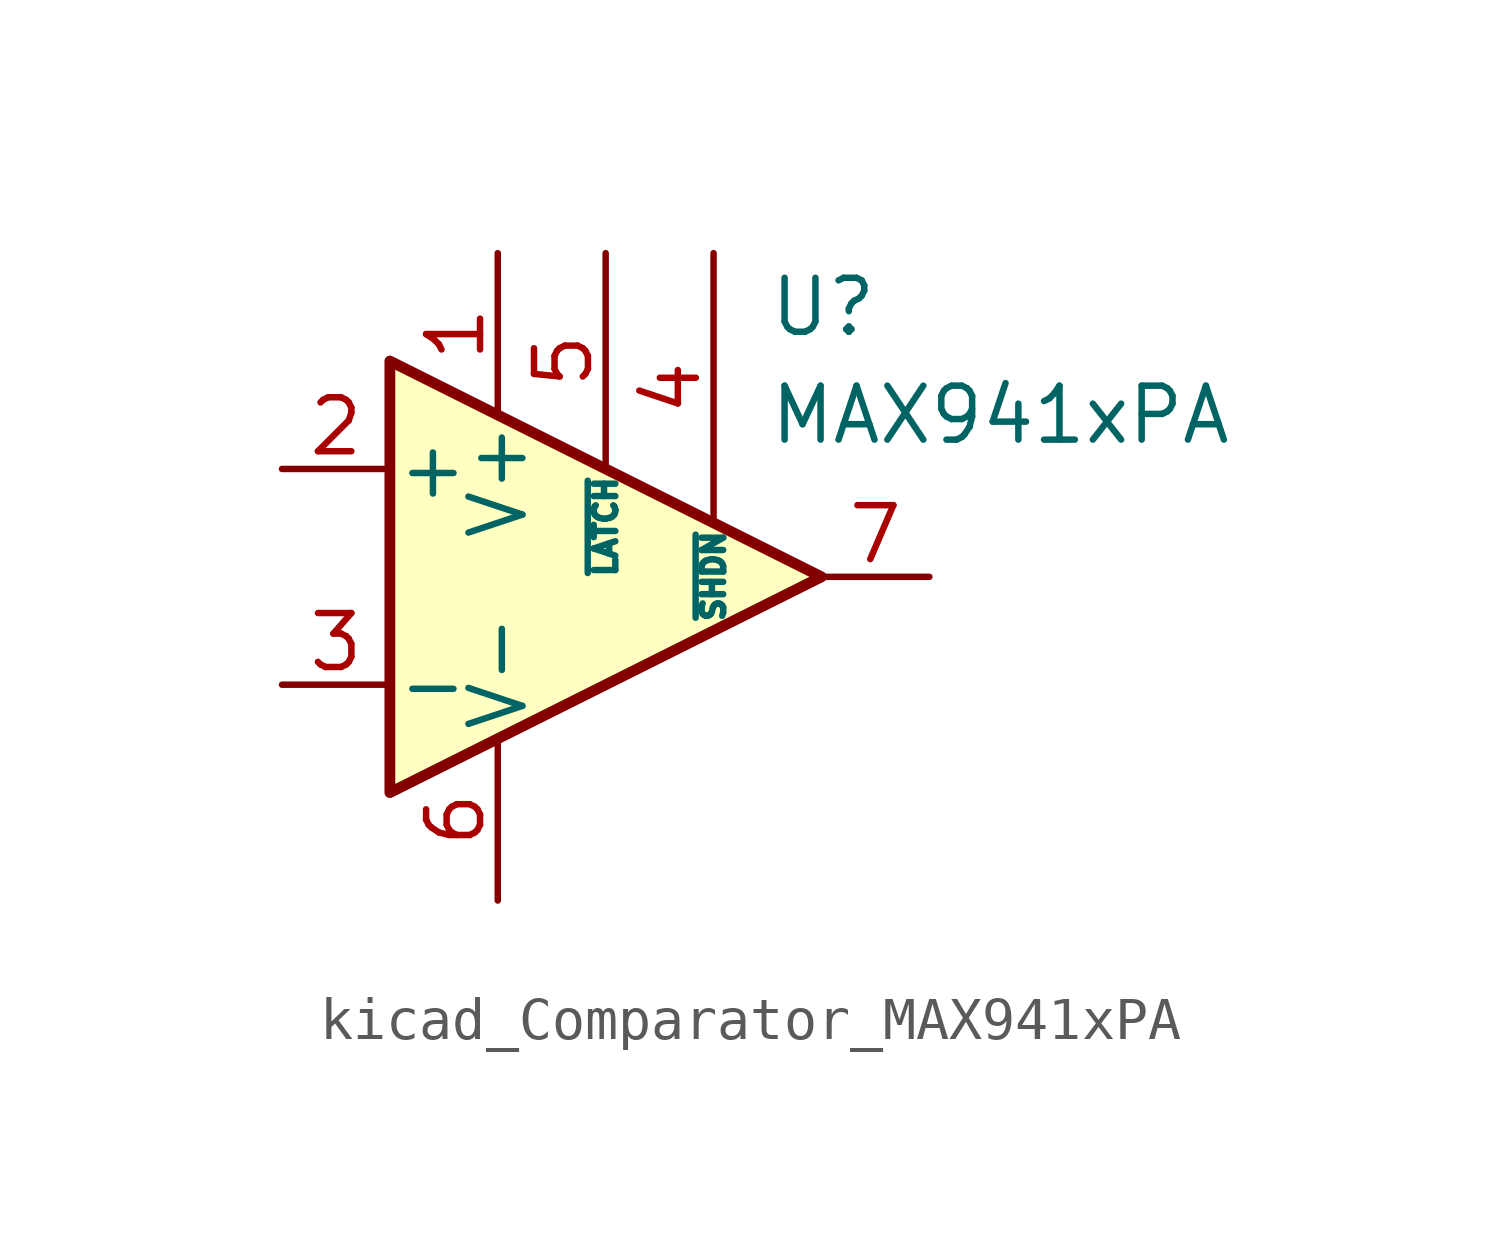
<source format=kicad_sym>
(kicad_symbol_lib
  (version 20220914)
  (generator kicad_symbol_editor)
  (symbol "kicad_Comparator_MAX941xPA"
    (pin_names
      (offset 0.127))
    (property "Reference" "U"
      (at 3.81 6.35 0)
      (effects (font (size 1.27 1.27)) (justify left)))
    (property "Value" "MAX941xPA"
      (at 3.81 3.81 0)
      (effects (font (size 1.27 1.27)) (justify left)))
    (symbol "kicad_Comparator_MAX941xPA_0_1"
      (polyline (pts (xy -5.08 5.08) (xy -5.08 -5.08) (xy 5.08 0) (xy -5.08 5.08)) (stroke (width 0.254) (type default)) (fill (type background))))
    (symbol "kicad_Comparator_MAX941xPA_1_1"
      (pin power_in line (at -2.54 7.62 270) (length 3.81) (name "V+" (effects (font (size 1.27 1.27)))) (number "1" (effects (font (size 1.27 1.27)))))
      (pin input line (at -7.62 2.54 0) (length 2.54) (name "+" (effects (font (size 1.27 1.27)))) (number "2" (effects (font (size 1.27 1.27)))))
      (pin input line (at -7.62 -2.54 0) (length 2.54) (name "-" (effects (font (size 1.27 1.27)))) (number "3" (effects (font (size 1.27 1.27)))))
      (pin input line (at 2.54 7.62 270) (length 6.35) (name "~{SHDN}" (effects (font (size 0.508 0.508)))) (number "4" (effects (font (size 1.27 1.27)))))
      (pin input line (at 0 7.62 270) (length 5.08) (name "~{LATCH}" (effects (font (size 0.508 0.508)))) (number "5" (effects (font (size 1.27 1.27)))))
      (pin power_in line (at -2.54 -7.62 90) (length 3.81) (name "V-" (effects (font (size 1.27 1.27)))) (number "6" (effects (font (size 1.27 1.27)))))
      (pin output line (at 7.62 0 180) (length 2.54) (name "~" (effects (font (size 1.27 1.27)))) (number "7" (effects (font (size 1.27 1.27)))))
      (pin no_connect line (at 0 -2.54 90) (length 2.54) hide (name "NC" (effects (font (size 0.508 0.508)))) (number "8" (effects (font (size 1.27 1.27))))))))
</source>
